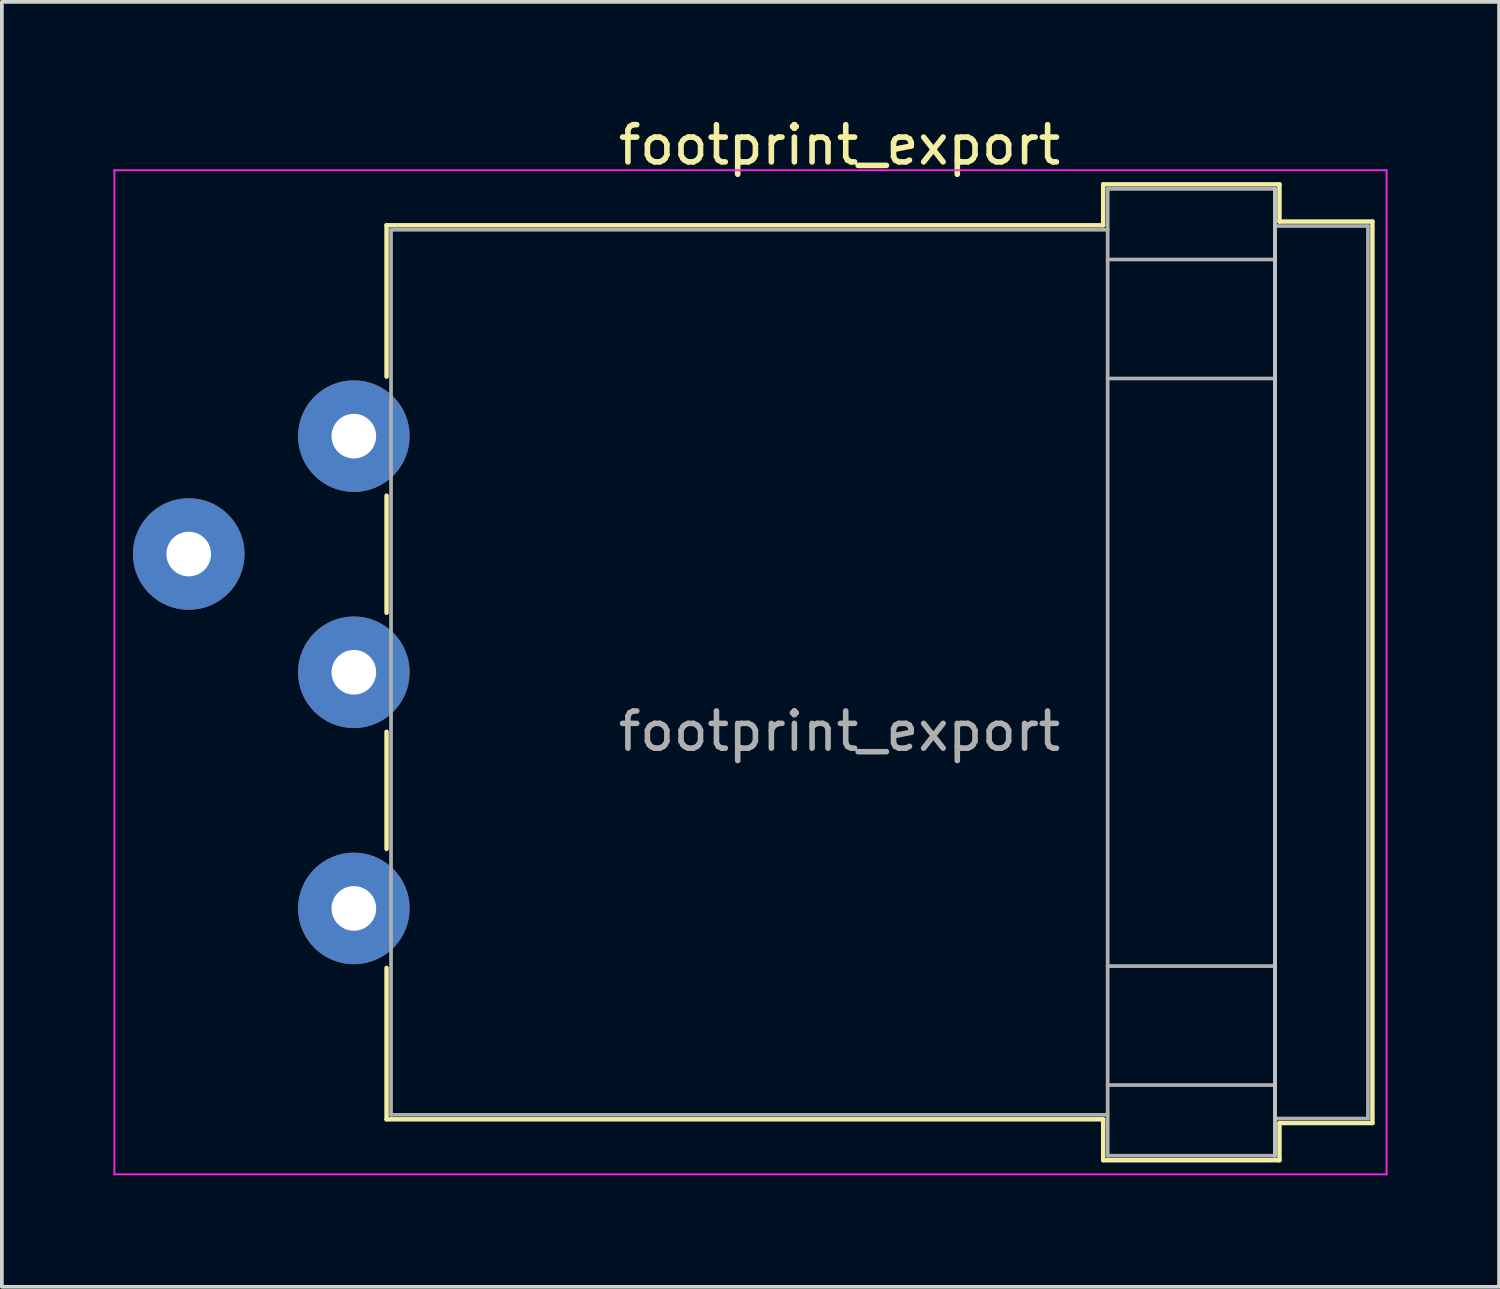
<source format=kicad_pcb>
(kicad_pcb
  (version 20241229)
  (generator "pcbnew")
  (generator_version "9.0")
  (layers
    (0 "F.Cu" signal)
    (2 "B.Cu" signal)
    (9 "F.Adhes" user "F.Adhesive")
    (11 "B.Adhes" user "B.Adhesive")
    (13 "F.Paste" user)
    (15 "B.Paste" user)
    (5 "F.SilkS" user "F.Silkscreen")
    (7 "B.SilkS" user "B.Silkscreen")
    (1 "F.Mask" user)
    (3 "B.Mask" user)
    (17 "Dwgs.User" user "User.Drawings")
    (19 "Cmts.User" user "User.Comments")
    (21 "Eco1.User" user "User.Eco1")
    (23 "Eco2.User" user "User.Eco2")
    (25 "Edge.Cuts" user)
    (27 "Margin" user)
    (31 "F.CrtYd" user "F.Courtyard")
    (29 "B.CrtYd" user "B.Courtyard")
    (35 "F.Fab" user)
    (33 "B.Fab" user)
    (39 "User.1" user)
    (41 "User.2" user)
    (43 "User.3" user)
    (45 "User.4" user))
  (footprint "footprint_export"
    (layer "F.Cu")
    (at 2.025 11.848)
    (property "Reference" "footprint_export" (at 17.5 -11 0) (layer "F.SilkS") (effects (font (size 1 1) (thickness 0.15))))
    (attr through_hole)
    (fp_line (start 5.32 -8.84) (end 24.59 -8.84) (stroke (width 0.12) (type solid)) (layer "F.SilkS"))
    (fp_line (start 5.32 -4.77) (end 5.32 -8.84) (stroke (width 0.12) (type solid)) (layer "F.SilkS"))
    (fp_line (start 5.32 1.58) (end 5.32 -1.57) (stroke (width 0.12) (type solid)) (layer "F.SilkS"))
    (fp_line (start 5.32 7.93) (end 5.32 4.78) (stroke (width 0.12) (type solid)) (layer "F.SilkS"))
    (fp_line (start 5.32 15.2) (end 5.32 11.13) (stroke (width 0.12) (type solid)) (layer "F.SilkS"))
    (fp_line (start 5.32 15.2) (end 24.59 15.2) (stroke (width 0.12) (type solid)) (layer "F.SilkS"))
    (fp_line (start 24.59 -9.94) (end 24.59 -8.84) (stroke (width 0.12) (type solid)) (layer "F.SilkS"))
    (fp_line (start 24.59 -9.94) (end 29.33 -9.94) (stroke (width 0.12) (type solid)) (layer "F.SilkS"))
    (fp_line (start 24.59 16.3) (end 24.59 15.2) (stroke (width 0.12) (type solid)) (layer "F.SilkS"))
    (fp_line (start 24.59 16.3) (end 29.33 16.3) (stroke (width 0.12) (type solid)) (layer "F.SilkS"))
    (fp_line (start 29.33 -9.94) (end 29.33 -8.94) (stroke (width 0.12) (type solid)) (layer "F.SilkS"))
    (fp_line (start 29.33 16.3) (end 29.33 15.3) (stroke (width 0.12) (type solid)) (layer "F.SilkS"))
    (fp_line (start 31.83 -8.94) (end 29.33 -8.94) (stroke (width 0.12) (type solid)) (layer "F.SilkS"))
    (fp_line (start 31.83 15.3) (end 29.33 15.3) (stroke (width 0.12) (type solid)) (layer "F.SilkS"))
    (fp_line (start 31.83 15.3) (end 31.83 -8.94) (stroke (width 0.12) (type solid)) (layer "F.SilkS"))
    (fp_line (start 29.21 16.18) (end 29.21 -9.82) (stroke (width 0.1) (type solid)) (layer "Dwgs.User"))
    (fp_line (start -2 16.68) (end -2 -10.32) (stroke (width 0.05) (type solid)) (layer "F.CrtYd"))
    (fp_line (start -2 16.68) (end 32.21 16.68) (stroke (width 0.05) (type solid)) (layer "F.CrtYd"))
    (fp_line (start 32.21 -10.32) (end -2 -10.32) (stroke (width 0.05) (type solid)) (layer "F.CrtYd"))
    (fp_line (start 32.21 -10.32) (end 32.21 16.68) (stroke (width 0.05) (type solid)) (layer "F.CrtYd"))
    (fp_line (start 5.44 -8.72) (end 24.71 -8.72) (stroke (width 0.1) (type solid)) (layer "F.Fab"))
    (fp_line (start 5.44 15.08) (end 5.44 -8.72) (stroke (width 0.1) (type solid)) (layer "F.Fab"))
    (fp_line (start 5.44 15.08) (end 24.71 15.08) (stroke (width 0.1) (type solid)) (layer "F.Fab"))
    (fp_line (start 24.71 -9.82) (end 29.21 -9.82) (stroke (width 0.1) (type solid)) (layer "F.Fab"))
    (fp_line (start 24.71 -7.92) (end 29.21 -7.92) (stroke (width 0.1) (type solid)) (layer "F.Fab"))
    (fp_line (start 24.71 -4.72) (end 29.21 -4.72) (stroke (width 0.1) (type solid)) (layer "F.Fab"))
    (fp_line (start 24.71 11.08) (end 29.21 11.08) (stroke (width 0.1) (type solid)) (layer "F.Fab"))
    (fp_line (start 24.71 14.28) (end 29.21 14.28) (stroke (width 0.1) (type solid)) (layer "F.Fab"))
    (fp_line (start 24.71 16.18) (end 24.71 -9.82) (stroke (width 0.1) (type solid)) (layer "F.Fab"))
    (fp_line (start 24.71 16.18) (end 29.21 16.18) (stroke (width 0.1) (type solid)) (layer "F.Fab"))
    (fp_line (start 29.21 16.18) (end 29.21 -9.82) (stroke (width 0.1) (type solid)) (layer "F.Fab"))
    (fp_line (start 31.71 -8.82) (end 29.21 -8.82) (stroke (width 0.1) (type solid)) (layer "F.Fab"))
    (fp_line (start 31.71 15.18) (end 29.21 15.18) (stroke (width 0.1) (type solid)) (layer "F.Fab"))
    (fp_line (start 31.71 15.18) (end 31.71 -8.82) (stroke (width 0.1) (type solid)) (layer "F.Fab"))
    (fp_text user "${REFERENCE}" (at 17.5 4.765 0) (layer "F.Fab") (effects (font (size 1 1) (thickness 0.15))))
    (pad "1+" thru_hole circle (at 0 0) (size 3 3) (drill 1.2) (layers "*.Cu" "*.Mask"))
    (pad "1-" thru_hole circle (at 4.44 9.53) (size 3 3) (drill 1.2) (layers "*.Cu" "*.Mask"))
    (pad "2+" thru_hole circle (at 4.44 3.18) (size 3 3) (drill 1.2) (layers "*.Cu" "*.Mask"))
    (pad "2-" thru_hole circle (at 4.44 -3.17) (size 3 3) (drill 1.2) (layers "*.Cu" "*.Mask")))
  (gr_rect
    (start -3 -3)
    (end 37.26 31.553)
    (stroke (width 0.1) (type default))
    (fill no)
    (layer "Edge.Cuts")))
</source>
